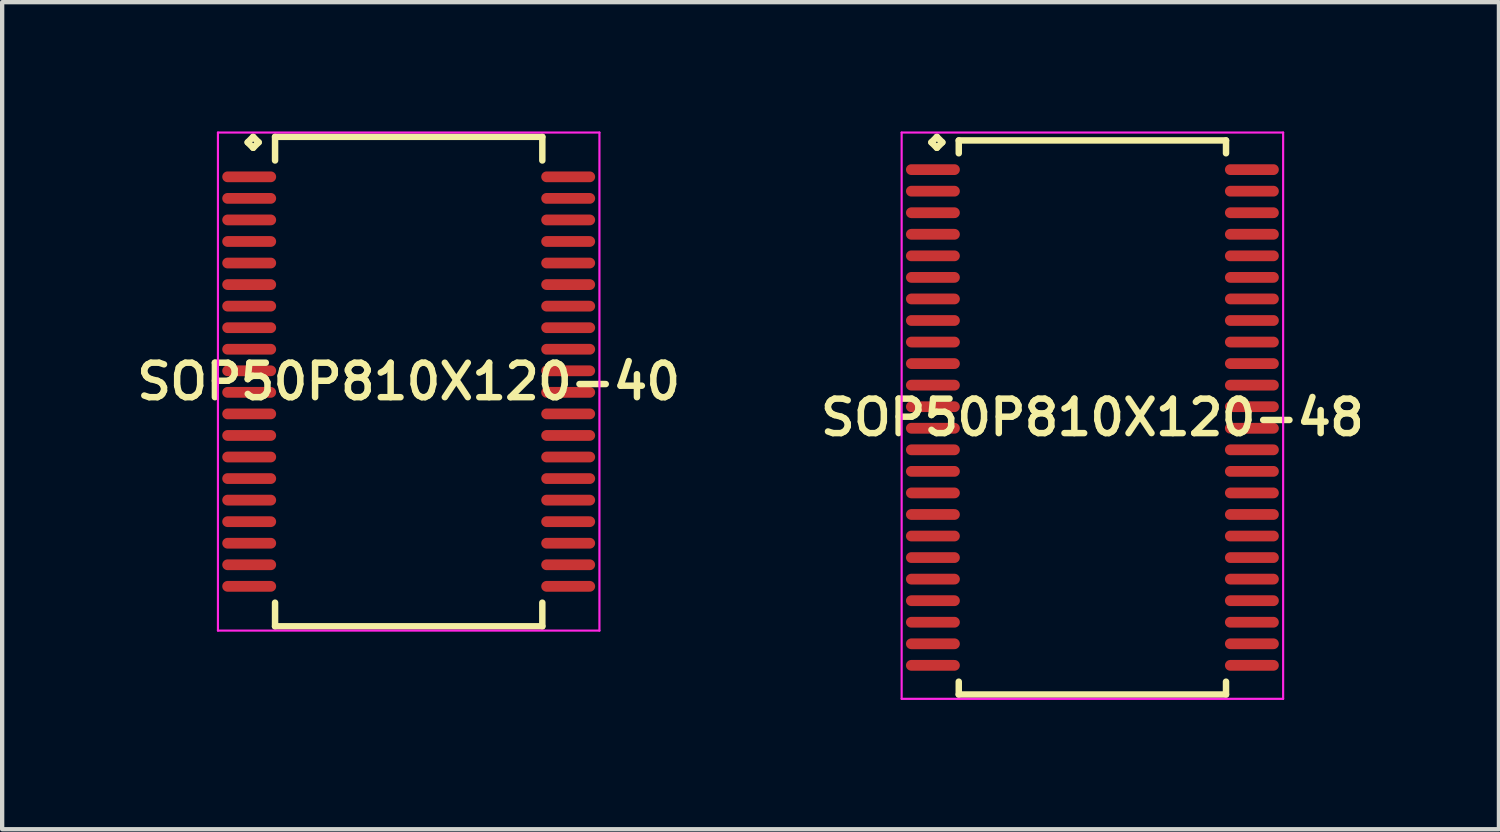
<source format=kicad_pcb>
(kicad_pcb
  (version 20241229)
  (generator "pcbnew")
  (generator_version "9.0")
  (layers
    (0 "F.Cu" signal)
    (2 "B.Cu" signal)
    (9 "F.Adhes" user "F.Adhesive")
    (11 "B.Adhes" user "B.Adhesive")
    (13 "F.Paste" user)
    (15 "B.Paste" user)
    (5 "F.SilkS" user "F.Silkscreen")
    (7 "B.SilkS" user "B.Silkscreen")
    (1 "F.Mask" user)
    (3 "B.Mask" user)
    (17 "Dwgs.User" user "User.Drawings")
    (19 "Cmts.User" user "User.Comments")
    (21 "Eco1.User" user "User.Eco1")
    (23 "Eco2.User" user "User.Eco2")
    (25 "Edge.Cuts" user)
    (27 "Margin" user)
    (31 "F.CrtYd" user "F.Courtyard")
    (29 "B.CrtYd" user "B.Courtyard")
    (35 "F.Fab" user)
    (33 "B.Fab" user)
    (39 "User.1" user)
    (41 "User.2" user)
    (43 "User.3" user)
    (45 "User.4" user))
  (footprint "SOP50P810X120-48"
    (layer "F.Cu")
    (at 22.292 6.635)
    (property "Reference" "SOP50P810X120-48" (at 0 0 0) (layer "F.SilkS") (effects (font (size 0.8 0.8) (thickness 0.15))))
    (attr smd)
    (fp_line (start -3.735 -6.383) (end -3.608 -6.51) (stroke (width 0.15) (type solid)) (layer "F.SilkS"))
    (fp_line (start -3.608 -6.51) (end -3.481 -6.383) (stroke (width 0.15) (type solid)) (layer "F.SilkS"))
    (fp_line (start -3.608 -6.256) (end -3.735 -6.383) (stroke (width 0.15) (type solid)) (layer "F.SilkS"))
    (fp_line (start -3.481 -6.383) (end -3.608 -6.256) (stroke (width 0.15) (type solid)) (layer "F.SilkS"))
    (fp_line (start -3.1 -6.427) (end 3.1 -6.427) (stroke (width 0.15) (type solid)) (layer "F.SilkS"))
    (fp_line (start -3.1 -6.129) (end -3.1 -6.427) (stroke (width 0.15) (type solid)) (layer "F.SilkS"))
    (fp_line (start -3.1 6.129) (end -3.1 6.427) (stroke (width 0.15) (type solid)) (layer "F.SilkS"))
    (fp_line (start -3.1 6.427) (end 3.1 6.427) (stroke (width 0.15) (type solid)) (layer "F.SilkS"))
    (fp_line (start 3.1 -6.427) (end 3.1 -6.129) (stroke (width 0.15) (type solid)) (layer "F.SilkS"))
    (fp_line (start 3.1 6.427) (end 3.1 6.129) (stroke (width 0.15) (type solid)) (layer "F.SilkS"))
    (fp_line (start -4.425 -6.61) (end 4.425 -6.61) (stroke (width 0.05) (type solid)) (layer "F.CrtYd"))
    (fp_line (start -4.425 6.527) (end -4.425 -6.61) (stroke (width 0.05) (type solid)) (layer "F.CrtYd"))
    (fp_line (start 4.425 -6.61) (end 4.425 6.527) (stroke (width 0.05) (type solid)) (layer "F.CrtYd"))
    (fp_line (start 4.425 6.527) (end -4.425 6.527) (stroke (width 0.05) (type solid)) (layer "F.CrtYd"))
    (pad "1" smd oval (at -3.7 -5.75) (size 1.25 0.25) (layers "F.Cu" "F.Mask" "F.Paste"))
    (pad "2" smd oval (at -3.7 -5.25) (size 1.25 0.25) (layers "F.Cu" "F.Mask" "F.Paste"))
    (pad "3" smd oval (at -3.7 -4.75) (size 1.25 0.25) (layers "F.Cu" "F.Mask" "F.Paste"))
    (pad "4" smd oval (at -3.7 -4.25) (size 1.25 0.25) (layers "F.Cu" "F.Mask" "F.Paste"))
    (pad "5" smd oval (at -3.7 -3.75) (size 1.25 0.25) (layers "F.Cu" "F.Mask" "F.Paste"))
    (pad "6" smd oval (at -3.7 -3.25) (size 1.25 0.25) (layers "F.Cu" "F.Mask" "F.Paste"))
    (pad "7" smd oval (at -3.7 -2.75) (size 1.25 0.25) (layers "F.Cu" "F.Mask" "F.Paste"))
    (pad "8" smd oval (at -3.7 -2.25) (size 1.25 0.25) (layers "F.Cu" "F.Mask" "F.Paste"))
    (pad "9" smd oval (at -3.7 -1.75) (size 1.25 0.25) (layers "F.Cu" "F.Mask" "F.Paste"))
    (pad "10" smd oval (at -3.7 -1.25) (size 1.25 0.25) (layers "F.Cu" "F.Mask" "F.Paste"))
    (pad "11" smd oval (at -3.7 -0.75) (size 1.25 0.25) (layers "F.Cu" "F.Mask" "F.Paste"))
    (pad "12" smd oval (at -3.7 -0.25) (size 1.25 0.25) (layers "F.Cu" "F.Mask" "F.Paste"))
    (pad "13" smd oval (at -3.7 0.25) (size 1.25 0.25) (layers "F.Cu" "F.Mask" "F.Paste"))
    (pad "14" smd oval (at -3.7 0.75) (size 1.25 0.25) (layers "F.Cu" "F.Mask" "F.Paste"))
    (pad "15" smd oval (at -3.7 1.25) (size 1.25 0.25) (layers "F.Cu" "F.Mask" "F.Paste"))
    (pad "16" smd oval (at -3.7 1.75) (size 1.25 0.25) (layers "F.Cu" "F.Mask" "F.Paste"))
    (pad "17" smd oval (at -3.7 2.25) (size 1.25 0.25) (layers "F.Cu" "F.Mask" "F.Paste"))
    (pad "18" smd oval (at -3.7 2.75) (size 1.25 0.25) (layers "F.Cu" "F.Mask" "F.Paste"))
    (pad "19" smd oval (at -3.7 3.25) (size 1.25 0.25) (layers "F.Cu" "F.Mask" "F.Paste"))
    (pad "20" smd oval (at -3.7 3.75) (size 1.25 0.25) (layers "F.Cu" "F.Mask" "F.Paste"))
    (pad "21" smd oval (at -3.7 4.25) (size 1.25 0.25) (layers "F.Cu" "F.Mask" "F.Paste"))
    (pad "22" smd oval (at -3.7 4.75) (size 1.25 0.25) (layers "F.Cu" "F.Mask" "F.Paste"))
    (pad "23" smd oval (at -3.7 5.25) (size 1.25 0.25) (layers "F.Cu" "F.Mask" "F.Paste"))
    (pad "24" smd oval (at -3.7 5.75) (size 1.25 0.25) (layers "F.Cu" "F.Mask" "F.Paste"))
    (pad "25" smd oval (at 3.7 5.75) (size 1.25 0.25) (layers "F.Cu" "F.Mask" "F.Paste"))
    (pad "26" smd oval (at 3.7 5.25) (size 1.25 0.25) (layers "F.Cu" "F.Mask" "F.Paste"))
    (pad "27" smd oval (at 3.7 4.75) (size 1.25 0.25) (layers "F.Cu" "F.Mask" "F.Paste"))
    (pad "28" smd oval (at 3.7 4.25) (size 1.25 0.25) (layers "F.Cu" "F.Mask" "F.Paste"))
    (pad "29" smd oval (at 3.7 3.75) (size 1.25 0.25) (layers "F.Cu" "F.Mask" "F.Paste"))
    (pad "30" smd oval (at 3.7 3.25) (size 1.25 0.25) (layers "F.Cu" "F.Mask" "F.Paste"))
    (pad "31" smd oval (at 3.7 2.75) (size 1.25 0.25) (layers "F.Cu" "F.Mask" "F.Paste"))
    (pad "32" smd oval (at 3.7 2.25) (size 1.25 0.25) (layers "F.Cu" "F.Mask" "F.Paste"))
    (pad "33" smd oval (at 3.7 1.75) (size 1.25 0.25) (layers "F.Cu" "F.Mask" "F.Paste"))
    (pad "34" smd oval (at 3.7 1.25) (size 1.25 0.25) (layers "F.Cu" "F.Mask" "F.Paste"))
    (pad "35" smd oval (at 3.7 0.75) (size 1.25 0.25) (layers "F.Cu" "F.Mask" "F.Paste"))
    (pad "36" smd oval (at 3.7 0.25) (size 1.25 0.25) (layers "F.Cu" "F.Mask" "F.Paste"))
    (pad "37" smd oval (at 3.7 -0.25) (size 1.25 0.25) (layers "F.Cu" "F.Mask" "F.Paste"))
    (pad "38" smd oval (at 3.7 -0.75) (size 1.25 0.25) (layers "F.Cu" "F.Mask" "F.Paste"))
    (pad "39" smd oval (at 3.7 -1.25) (size 1.25 0.25) (layers "F.Cu" "F.Mask" "F.Paste"))
    (pad "40" smd oval (at 3.7 -1.75) (size 1.25 0.25) (layers "F.Cu" "F.Mask" "F.Paste"))
    (pad "41" smd oval (at 3.7 -2.25) (size 1.25 0.25) (layers "F.Cu" "F.Mask" "F.Paste"))
    (pad "42" smd oval (at 3.7 -2.75) (size 1.25 0.25) (layers "F.Cu" "F.Mask" "F.Paste"))
    (pad "43" smd oval (at 3.7 -3.25) (size 1.25 0.25) (layers "F.Cu" "F.Mask" "F.Paste"))
    (pad "44" smd oval (at 3.7 -3.75) (size 1.25 0.25) (layers "F.Cu" "F.Mask" "F.Paste"))
    (pad "45" smd oval (at 3.7 -4.25) (size 1.25 0.25) (layers "F.Cu" "F.Mask" "F.Paste"))
    (pad "46" smd oval (at 3.7 -4.75) (size 1.25 0.25) (layers "F.Cu" "F.Mask" "F.Paste"))
    (pad "47" smd oval (at 3.7 -5.25) (size 1.25 0.25) (layers "F.Cu" "F.Mask" "F.Paste"))
    (pad "48" smd oval (at 3.7 -5.75) (size 1.25 0.25) (layers "F.Cu" "F.Mask" "F.Paste")))
  (footprint "SOP50P810X120-40"
    (layer "F.Cu")
    (at 6.431 5.802)
    (property "Reference" "SOP50P810X120-40" (at 0 0 0) (layer "F.SilkS") (effects (font (size 0.8 0.8) (thickness 0.15))))
    (attr smd)
    (fp_line (start -3.735 -5.55) (end -3.608 -5.677) (stroke (width 0.15) (type solid)) (layer "F.SilkS"))
    (fp_line (start -3.608 -5.677) (end -3.481 -5.55) (stroke (width 0.15) (type solid)) (layer "F.SilkS"))
    (fp_line (start -3.608 -5.423) (end -3.735 -5.55) (stroke (width 0.15) (type solid)) (layer "F.SilkS"))
    (fp_line (start -3.481 -5.55) (end -3.608 -5.423) (stroke (width 0.15) (type solid)) (layer "F.SilkS"))
    (fp_line (start -3.1 -5.677) (end 3.1 -5.677) (stroke (width 0.15) (type solid)) (layer "F.SilkS"))
    (fp_line (start -3.1 -5.129) (end -3.1 -5.677) (stroke (width 0.15) (type solid)) (layer "F.SilkS"))
    (fp_line (start -3.1 5.129) (end -3.1 5.677) (stroke (width 0.15) (type solid)) (layer "F.SilkS"))
    (fp_line (start -3.1 5.677) (end 3.1 5.677) (stroke (width 0.15) (type solid)) (layer "F.SilkS"))
    (fp_line (start 3.1 -5.677) (end 3.1 -5.129) (stroke (width 0.15) (type solid)) (layer "F.SilkS"))
    (fp_line (start 3.1 5.677) (end 3.1 5.129) (stroke (width 0.15) (type solid)) (layer "F.SilkS"))
    (fp_line (start -4.425 -5.777) (end 4.425 -5.777) (stroke (width 0.05) (type solid)) (layer "F.CrtYd"))
    (fp_line (start -4.425 5.777) (end -4.425 -5.777) (stroke (width 0.05) (type solid)) (layer "F.CrtYd"))
    (fp_line (start 4.425 -5.777) (end 4.425 5.777) (stroke (width 0.05) (type solid)) (layer "F.CrtYd"))
    (fp_line (start 4.425 5.777) (end -4.425 5.777) (stroke (width 0.05) (type solid)) (layer "F.CrtYd"))
    (pad "1" smd oval (at -3.7 -4.75) (size 1.25 0.25) (layers "F.Cu" "F.Mask" "F.Paste"))
    (pad "2" smd oval (at -3.7 -4.25) (size 1.25 0.25) (layers "F.Cu" "F.Mask" "F.Paste"))
    (pad "3" smd oval (at -3.7 -3.75) (size 1.25 0.25) (layers "F.Cu" "F.Mask" "F.Paste"))
    (pad "4" smd oval (at -3.7 -3.25) (size 1.25 0.25) (layers "F.Cu" "F.Mask" "F.Paste"))
    (pad "5" smd oval (at -3.7 -2.75) (size 1.25 0.25) (layers "F.Cu" "F.Mask" "F.Paste"))
    (pad "6" smd oval (at -3.7 -2.25) (size 1.25 0.25) (layers "F.Cu" "F.Mask" "F.Paste"))
    (pad "7" smd oval (at -3.7 -1.75) (size 1.25 0.25) (layers "F.Cu" "F.Mask" "F.Paste"))
    (pad "8" smd oval (at -3.7 -1.25) (size 1.25 0.25) (layers "F.Cu" "F.Mask" "F.Paste"))
    (pad "9" smd oval (at -3.7 -0.75) (size 1.25 0.25) (layers "F.Cu" "F.Mask" "F.Paste"))
    (pad "10" smd oval (at -3.7 -0.25) (size 1.25 0.25) (layers "F.Cu" "F.Mask" "F.Paste"))
    (pad "11" smd oval (at -3.7 0.25) (size 1.25 0.25) (layers "F.Cu" "F.Mask" "F.Paste"))
    (pad "12" smd oval (at -3.7 0.75) (size 1.25 0.25) (layers "F.Cu" "F.Mask" "F.Paste"))
    (pad "13" smd oval (at -3.7 1.25) (size 1.25 0.25) (layers "F.Cu" "F.Mask" "F.Paste"))
    (pad "14" smd oval (at -3.7 1.75) (size 1.25 0.25) (layers "F.Cu" "F.Mask" "F.Paste"))
    (pad "15" smd oval (at -3.7 2.25) (size 1.25 0.25) (layers "F.Cu" "F.Mask" "F.Paste"))
    (pad "16" smd oval (at -3.7 2.75) (size 1.25 0.25) (layers "F.Cu" "F.Mask" "F.Paste"))
    (pad "17" smd oval (at -3.7 3.25) (size 1.25 0.25) (layers "F.Cu" "F.Mask" "F.Paste"))
    (pad "18" smd oval (at -3.7 3.75) (size 1.25 0.25) (layers "F.Cu" "F.Mask" "F.Paste"))
    (pad "19" smd oval (at -3.7 4.25) (size 1.25 0.25) (layers "F.Cu" "F.Mask" "F.Paste"))
    (pad "20" smd oval (at -3.7 4.75) (size 1.25 0.25) (layers "F.Cu" "F.Mask" "F.Paste"))
    (pad "21" smd oval (at 3.7 4.75) (size 1.25 0.25) (layers "F.Cu" "F.Mask" "F.Paste"))
    (pad "22" smd oval (at 3.7 4.25) (size 1.25 0.25) (layers "F.Cu" "F.Mask" "F.Paste"))
    (pad "23" smd oval (at 3.7 3.75) (size 1.25 0.25) (layers "F.Cu" "F.Mask" "F.Paste"))
    (pad "24" smd oval (at 3.7 3.25) (size 1.25 0.25) (layers "F.Cu" "F.Mask" "F.Paste"))
    (pad "25" smd oval (at 3.7 2.75) (size 1.25 0.25) (layers "F.Cu" "F.Mask" "F.Paste"))
    (pad "26" smd oval (at 3.7 2.25) (size 1.25 0.25) (layers "F.Cu" "F.Mask" "F.Paste"))
    (pad "27" smd oval (at 3.7 1.75) (size 1.25 0.25) (layers "F.Cu" "F.Mask" "F.Paste"))
    (pad "28" smd oval (at 3.7 1.25) (size 1.25 0.25) (layers "F.Cu" "F.Mask" "F.Paste"))
    (pad "29" smd oval (at 3.7 0.75) (size 1.25 0.25) (layers "F.Cu" "F.Mask" "F.Paste"))
    (pad "30" smd oval (at 3.7 0.25) (size 1.25 0.25) (layers "F.Cu" "F.Mask" "F.Paste"))
    (pad "31" smd oval (at 3.7 -0.25) (size 1.25 0.25) (layers "F.Cu" "F.Mask" "F.Paste"))
    (pad "32" smd oval (at 3.7 -0.75) (size 1.25 0.25) (layers "F.Cu" "F.Mask" "F.Paste"))
    (pad "33" smd oval (at 3.7 -1.25) (size 1.25 0.25) (layers "F.Cu" "F.Mask" "F.Paste"))
    (pad "34" smd oval (at 3.7 -1.75) (size 1.25 0.25) (layers "F.Cu" "F.Mask" "F.Paste"))
    (pad "35" smd oval (at 3.7 -2.25) (size 1.25 0.25) (layers "F.Cu" "F.Mask" "F.Paste"))
    (pad "36" smd oval (at 3.7 -2.75) (size 1.25 0.25) (layers "F.Cu" "F.Mask" "F.Paste"))
    (pad "37" smd oval (at 3.7 -3.25) (size 1.25 0.25) (layers "F.Cu" "F.Mask" "F.Paste"))
    (pad "38" smd oval (at 3.7 -3.75) (size 1.25 0.25) (layers "F.Cu" "F.Mask" "F.Paste"))
    (pad "39" smd oval (at 3.7 -4.25) (size 1.25 0.25) (layers "F.Cu" "F.Mask" "F.Paste"))
    (pad "40" smd oval (at 3.7 -4.75) (size 1.25 0.25) (layers "F.Cu" "F.Mask" "F.Paste")))
  (gr_rect
    (start -3 -3)
    (end 31.723 16.187)
    (stroke (width 0.1) (type default))
    (fill no)
    (layer "Edge.Cuts")))
</source>
